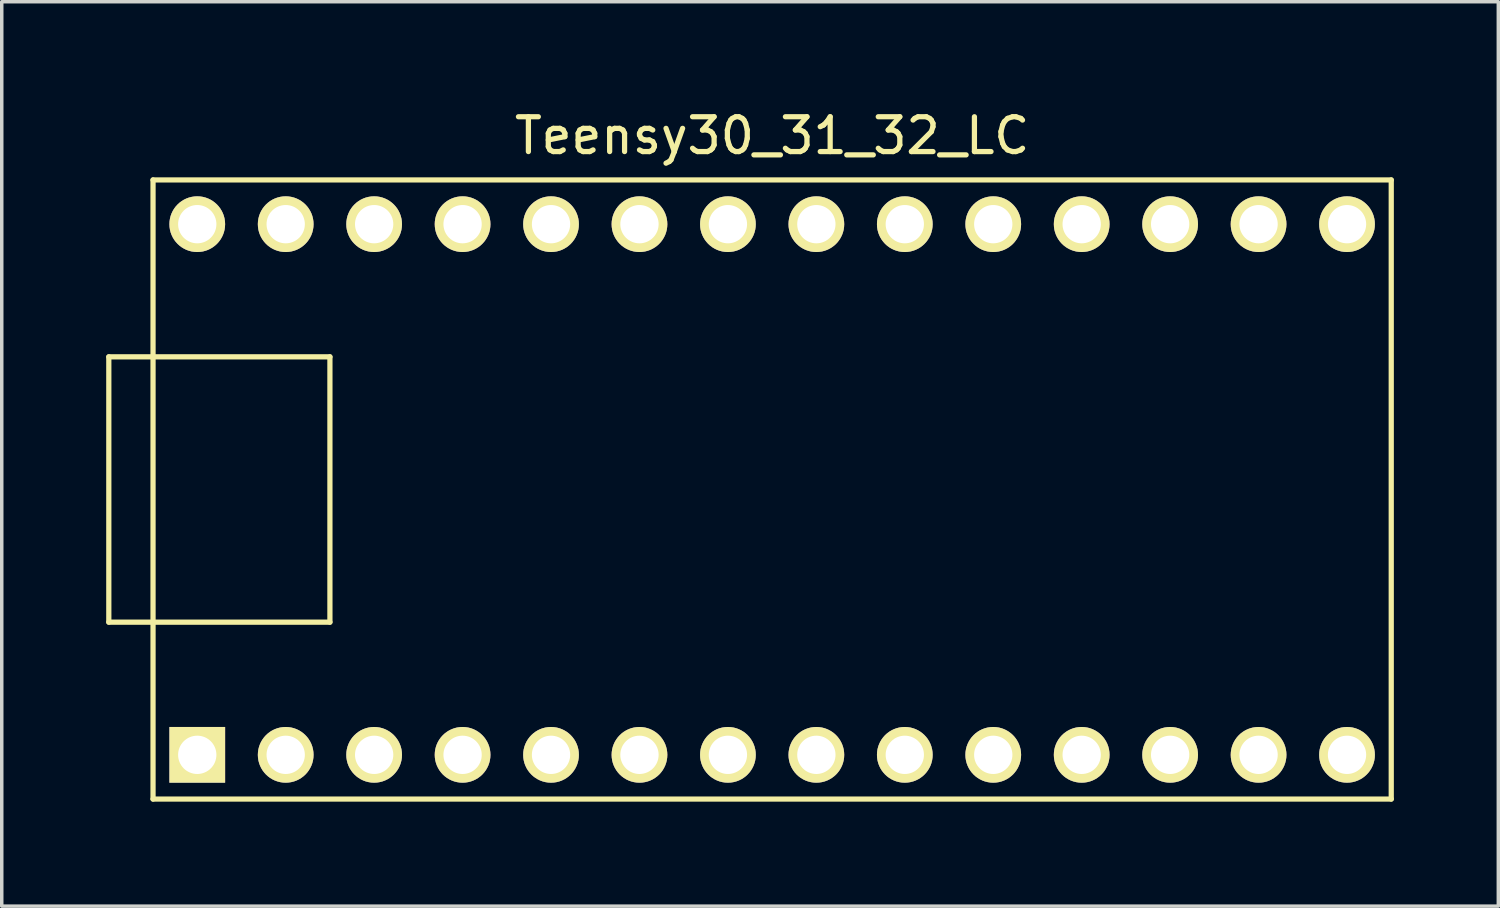
<source format=kicad_pcb>
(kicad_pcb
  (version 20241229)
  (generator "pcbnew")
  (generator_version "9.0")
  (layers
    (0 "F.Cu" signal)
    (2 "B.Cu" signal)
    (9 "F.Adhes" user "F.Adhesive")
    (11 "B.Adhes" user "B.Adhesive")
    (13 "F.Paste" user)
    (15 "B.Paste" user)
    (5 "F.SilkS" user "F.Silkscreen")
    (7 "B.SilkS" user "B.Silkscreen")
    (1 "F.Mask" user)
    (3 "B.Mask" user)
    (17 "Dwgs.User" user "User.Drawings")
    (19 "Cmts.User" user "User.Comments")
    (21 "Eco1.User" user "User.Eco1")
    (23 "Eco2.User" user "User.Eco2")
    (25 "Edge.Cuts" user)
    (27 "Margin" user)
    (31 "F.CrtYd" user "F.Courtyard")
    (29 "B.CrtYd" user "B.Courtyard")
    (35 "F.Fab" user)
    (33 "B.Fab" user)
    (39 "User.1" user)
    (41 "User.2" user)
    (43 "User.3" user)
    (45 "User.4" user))
  (footprint "Teensy30_31_32_LC"
    (layer "F.Cu")
    (at 19.125 11.008)
    (property "Reference" "Teensy30_31_32_LC" (at 0 -10.16 0) (layer "F.SilkS") (effects (font (size 1 1) (thickness 0.15))))
    (attr through_hole)
    (fp_line (start -19.05 -3.81) (end -17.78 -3.81) (stroke (width 0.15) (type solid)) (layer "F.SilkS"))
    (fp_line (start -19.05 3.81) (end -19.05 -3.81) (stroke (width 0.15) (type solid)) (layer "F.SilkS"))
    (fp_line (start -17.78 -8.89) (end 17.78 -8.89) (stroke (width 0.15) (type solid)) (layer "F.SilkS"))
    (fp_line (start -17.78 3.81) (end -19.05 3.81) (stroke (width 0.15) (type solid)) (layer "F.SilkS"))
    (fp_line (start -17.78 8.89) (end -17.78 -8.89) (stroke (width 0.15) (type solid)) (layer "F.SilkS"))
    (fp_line (start -12.7 -3.81) (end -17.78 -3.81) (stroke (width 0.15) (type solid)) (layer "F.SilkS"))
    (fp_line (start -12.7 3.81) (end -17.78 3.81) (stroke (width 0.15) (type solid)) (layer "F.SilkS"))
    (fp_line (start -12.7 3.81) (end -12.7 -3.81) (stroke (width 0.15) (type solid)) (layer "F.SilkS"))
    (fp_line (start 17.78 -8.89) (end 17.78 8.89) (stroke (width 0.15) (type solid)) (layer "F.SilkS"))
    (fp_line (start 17.78 8.89) (end -17.78 8.89) (stroke (width 0.15) (type solid)) (layer "F.SilkS"))
    (pad "1" thru_hole rect (at -16.51 7.62) (size 1.6 1.6) (drill 1.1) (layers "*.Cu" "*.Mask" "F.SilkS"))
    (pad "2" thru_hole circle (at -13.97 7.62) (size 1.6 1.6) (drill 1.1) (layers "*.Cu" "*.Mask" "F.SilkS"))
    (pad "3" thru_hole circle (at -11.43 7.62) (size 1.6 1.6) (drill 1.1) (layers "*.Cu" "*.Mask" "F.SilkS"))
    (pad "4" thru_hole circle (at -8.89 7.62) (size 1.6 1.6) (drill 1.1) (layers "*.Cu" "*.Mask" "F.SilkS"))
    (pad "5" thru_hole circle (at -6.35 7.62) (size 1.6 1.6) (drill 1.1) (layers "*.Cu" "*.Mask" "F.SilkS"))
    (pad "6" thru_hole circle (at -3.81 7.62) (size 1.6 1.6) (drill 1.1) (layers "*.Cu" "*.Mask" "F.SilkS"))
    (pad "7" thru_hole circle (at -1.27 7.62) (size 1.6 1.6) (drill 1.1) (layers "*.Cu" "*.Mask" "F.SilkS"))
    (pad "8" thru_hole circle (at 1.27 7.62) (size 1.6 1.6) (drill 1.1) (layers "*.Cu" "*.Mask" "F.SilkS"))
    (pad "9" thru_hole circle (at 3.81 7.62) (size 1.6 1.6) (drill 1.1) (layers "*.Cu" "*.Mask" "F.SilkS"))
    (pad "10" thru_hole circle (at 6.35 7.62) (size 1.6 1.6) (drill 1.1) (layers "*.Cu" "*.Mask" "F.SilkS"))
    (pad "11" thru_hole circle (at 8.89 7.62) (size 1.6 1.6) (drill 1.1) (layers "*.Cu" "*.Mask" "F.SilkS"))
    (pad "12" thru_hole circle (at 11.43 7.62) (size 1.6 1.6) (drill 1.1) (layers "*.Cu" "*.Mask" "F.SilkS"))
    (pad "13" thru_hole circle (at 13.97 7.62) (size 1.6 1.6) (drill 1.1) (layers "*.Cu" "*.Mask" "F.SilkS"))
    (pad "14" thru_hole circle (at 16.51 7.62) (size 1.6 1.6) (drill 1.1) (layers "*.Cu" "*.Mask" "F.SilkS"))
    (pad "20" thru_hole circle (at 16.51 -7.62) (size 1.6 1.6) (drill 1.1) (layers "*.Cu" "*.Mask" "F.SilkS"))
    (pad "21" thru_hole circle (at 13.97 -7.62) (size 1.6 1.6) (drill 1.1) (layers "*.Cu" "*.Mask" "F.SilkS"))
    (pad "22" thru_hole circle (at 11.43 -7.62) (size 1.6 1.6) (drill 1.1) (layers "*.Cu" "*.Mask" "F.SilkS"))
    (pad "23" thru_hole circle (at 8.89 -7.62) (size 1.6 1.6) (drill 1.1) (layers "*.Cu" "*.Mask" "F.SilkS"))
    (pad "24" thru_hole circle (at 6.35 -7.62) (size 1.6 1.6) (drill 1.1) (layers "*.Cu" "*.Mask" "F.SilkS"))
    (pad "25" thru_hole circle (at 3.81 -7.62) (size 1.6 1.6) (drill 1.1) (layers "*.Cu" "*.Mask" "F.SilkS"))
    (pad "26" thru_hole circle (at 1.27 -7.62) (size 1.6 1.6) (drill 1.1) (layers "*.Cu" "*.Mask" "F.SilkS"))
    (pad "27" thru_hole circle (at -1.27 -7.62) (size 1.6 1.6) (drill 1.1) (layers "*.Cu" "*.Mask" "F.SilkS"))
    (pad "28" thru_hole circle (at -3.81 -7.62) (size 1.6 1.6) (drill 1.1) (layers "*.Cu" "*.Mask" "F.SilkS"))
    (pad "29" thru_hole circle (at -6.35 -7.62) (size 1.6 1.6) (drill 1.1) (layers "*.Cu" "*.Mask" "F.SilkS"))
    (pad "30" thru_hole circle (at -8.89 -7.62) (size 1.6 1.6) (drill 1.1) (layers "*.Cu" "*.Mask" "F.SilkS"))
    (pad "31" thru_hole circle (at -11.43 -7.62) (size 1.6 1.6) (drill 1.1) (layers "*.Cu" "*.Mask" "F.SilkS"))
    (pad "32" thru_hole circle (at -13.97 -7.62) (size 1.6 1.6) (drill 1.1) (layers "*.Cu" "*.Mask" "F.SilkS"))
    (pad "33" thru_hole circle (at -16.51 -7.62) (size 1.6 1.6) (drill 1.1) (layers "*.Cu" "*.Mask" "F.SilkS")))
  (gr_rect
    (start -3 -3)
    (end 39.98 22.973)
    (stroke (width 0.1) (type default))
    (fill no)
    (layer "Edge.Cuts")))
</source>
